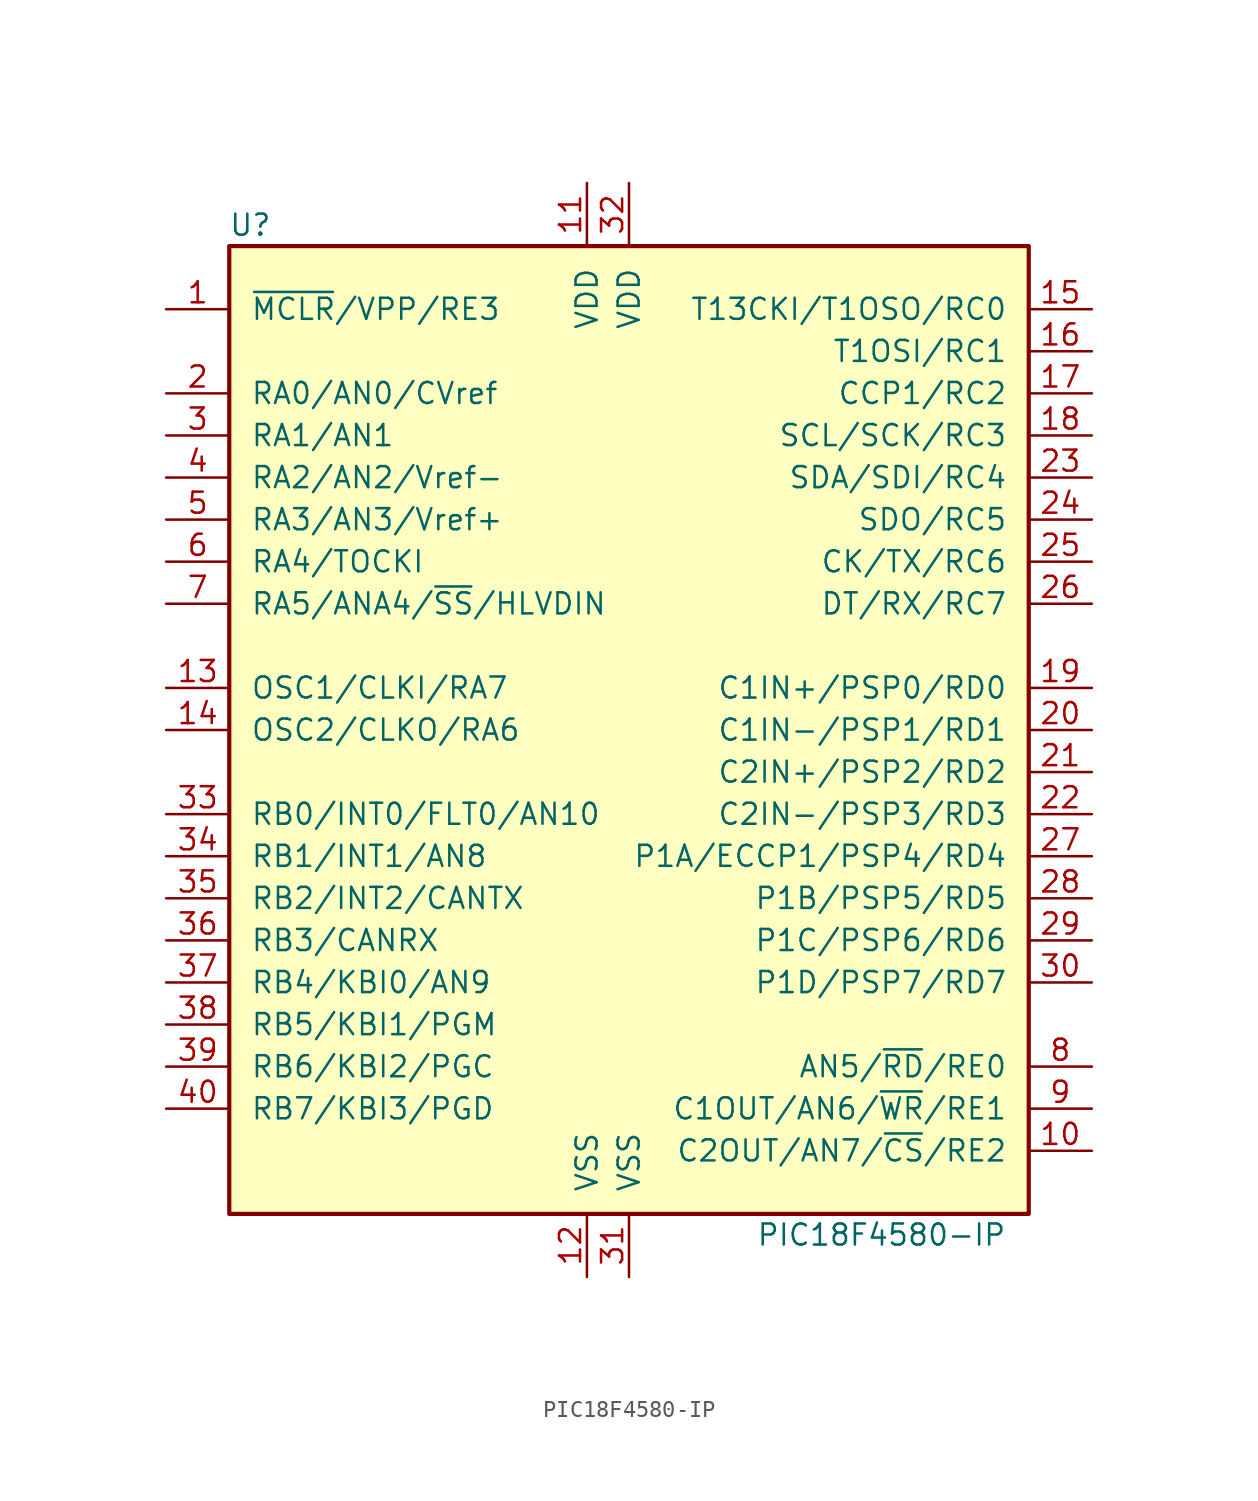
<source format=kicad_sym>
(kicad_symbol_lib
  (version 20241209)
  (generator "kicad_symbol_editor")
  (generator_version "9.0")
  (symbol "PIC18F4580-IP"
    (pin_names
      (offset 1.27))
    (property "Reference" "U"
      (at -22.86 30.48 0)
      (effects (font (size 1.27 1.27))))
    (property "Value" "PIC18F4580-IP"
      (at 15.24 -30.48 0)
      (effects (font (size 1.27 1.27))))
    (symbol "PIC18F4580-IP_0_1"
      (rectangle (start -24.13 -29.21) (end 24.13 29.21) (stroke (width 0.254) (type default)) (fill (type background))))
    (symbol "PIC18F4580-IP_1_1"
      (pin input line (at -27.94 25.4 0) (length 3.81) (name "~{MCLR}/VPP/RE3" (effects (font (size 1.27 1.27)))) (number "1" (effects (font (size 1.27 1.27)))))
      (pin bidirectional line (at -27.94 20.32 0) (length 3.81) (name "RA0/AN0/CVref" (effects (font (size 1.27 1.27)))) (number "2" (effects (font (size 1.27 1.27)))))
      (pin bidirectional line (at -27.94 17.78 0) (length 3.81) (name "RA1/AN1" (effects (font (size 1.27 1.27)))) (number "3" (effects (font (size 1.27 1.27)))))
      (pin bidirectional line (at -27.94 15.24 0) (length 3.81) (name "RA2/AN2/Vref-" (effects (font (size 1.27 1.27)))) (number "4" (effects (font (size 1.27 1.27)))))
      (pin bidirectional line (at -27.94 12.7 0) (length 3.81) (name "RA3/AN3/Vref+" (effects (font (size 1.27 1.27)))) (number "5" (effects (font (size 1.27 1.27)))))
      (pin bidirectional line (at -27.94 10.16 0) (length 3.81) (name "RA4/TOCKI" (effects (font (size 1.27 1.27)))) (number "6" (effects (font (size 1.27 1.27)))))
      (pin bidirectional line (at -27.94 7.62 0) (length 3.81) (name "RA5/ANA4/~{SS}/HLVDIN" (effects (font (size 1.27 1.27)))) (number "7" (effects (font (size 1.27 1.27)))))
      (pin input line (at -27.94 2.54 0) (length 3.81) (name "OSC1/CLKI/RA7" (effects (font (size 1.27 1.27)))) (number "13" (effects (font (size 1.27 1.27)))))
      (pin output line (at -27.94 0 0) (length 3.81) (name "OSC2/CLKO/RA6" (effects (font (size 1.27 1.27)))) (number "14" (effects (font (size 1.27 1.27)))))
      (pin bidirectional line (at -27.94 -5.08 0) (length 3.81) (name "RB0/INT0/FLT0/AN10" (effects (font (size 1.27 1.27)))) (number "33" (effects (font (size 1.27 1.27)))))
      (pin bidirectional line (at -27.94 -7.62 0) (length 3.81) (name "RB1/INT1/AN8" (effects (font (size 1.27 1.27)))) (number "34" (effects (font (size 1.27 1.27)))))
      (pin bidirectional line (at -27.94 -10.16 0) (length 3.81) (name "RB2/INT2/CANTX" (effects (font (size 1.27 1.27)))) (number "35" (effects (font (size 1.27 1.27)))))
      (pin bidirectional line (at -27.94 -12.7 0) (length 3.81) (name "RB3/CANRX" (effects (font (size 1.27 1.27)))) (number "36" (effects (font (size 1.27 1.27)))))
      (pin bidirectional line (at -27.94 -15.24 0) (length 3.81) (name "RB4/KBI0/AN9" (effects (font (size 1.27 1.27)))) (number "37" (effects (font (size 1.27 1.27)))))
      (pin bidirectional line (at -27.94 -17.78 0) (length 3.81) (name "RB5/KBI1/PGM" (effects (font (size 1.27 1.27)))) (number "38" (effects (font (size 1.27 1.27)))))
      (pin bidirectional line (at -27.94 -20.32 0) (length 3.81) (name "RB6/KBI2/PGC" (effects (font (size 1.27 1.27)))) (number "39" (effects (font (size 1.27 1.27)))))
      (pin bidirectional line (at -27.94 -22.86 0) (length 3.81) (name "RB7/KBI3/PGD" (effects (font (size 1.27 1.27)))) (number "40" (effects (font (size 1.27 1.27)))))
      (pin power_in line (at -2.54 33.02 270) (length 3.81) (name "VDD" (effects (font (size 1.27 1.27)))) (number "11" (effects (font (size 1.27 1.27)))))
      (pin power_in line (at -2.54 -33.02 90) (length 3.81) (name "VSS" (effects (font (size 1.27 1.27)))) (number "12" (effects (font (size 1.27 1.27)))))
      (pin power_in line (at 0 33.02 270) (length 3.81) (name "VDD" (effects (font (size 1.27 1.27)))) (number "32" (effects (font (size 1.27 1.27)))))
      (pin power_in line (at 0 -33.02 90) (length 3.81) (name "VSS" (effects (font (size 1.27 1.27)))) (number "31" (effects (font (size 1.27 1.27)))))
      (pin bidirectional line (at 27.94 25.4 180) (length 3.81) (name "T13CKI/T1OSO/RC0" (effects (font (size 1.27 1.27)))) (number "15" (effects (font (size 1.27 1.27)))))
      (pin bidirectional line (at 27.94 22.86 180) (length 3.81) (name "T1OSI/RC1" (effects (font (size 1.27 1.27)))) (number "16" (effects (font (size 1.27 1.27)))))
      (pin bidirectional line (at 27.94 20.32 180) (length 3.81) (name "CCP1/RC2" (effects (font (size 1.27 1.27)))) (number "17" (effects (font (size 1.27 1.27)))))
      (pin bidirectional line (at 27.94 17.78 180) (length 3.81) (name "SCL/SCK/RC3" (effects (font (size 1.27 1.27)))) (number "18" (effects (font (size 1.27 1.27)))))
      (pin bidirectional line (at 27.94 15.24 180) (length 3.81) (name "SDA/SDI/RC4" (effects (font (size 1.27 1.27)))) (number "23" (effects (font (size 1.27 1.27)))))
      (pin bidirectional line (at 27.94 12.7 180) (length 3.81) (name "SDO/RC5" (effects (font (size 1.27 1.27)))) (number "24" (effects (font (size 1.27 1.27)))))
      (pin bidirectional line (at 27.94 10.16 180) (length 3.81) (name "CK/TX/RC6" (effects (font (size 1.27 1.27)))) (number "25" (effects (font (size 1.27 1.27)))))
      (pin bidirectional line (at 27.94 7.62 180) (length 3.81) (name "DT/RX/RC7" (effects (font (size 1.27 1.27)))) (number "26" (effects (font (size 1.27 1.27)))))
      (pin bidirectional line (at 27.94 2.54 180) (length 3.81) (name "C1IN+/PSP0/RD0" (effects (font (size 1.27 1.27)))) (number "19" (effects (font (size 1.27 1.27)))))
      (pin bidirectional line (at 27.94 0 180) (length 3.81) (name "C1IN-/PSP1/RD1" (effects (font (size 1.27 1.27)))) (number "20" (effects (font (size 1.27 1.27)))))
      (pin bidirectional line (at 27.94 -2.54 180) (length 3.81) (name "C2IN+/PSP2/RD2" (effects (font (size 1.27 1.27)))) (number "21" (effects (font (size 1.27 1.27)))))
      (pin bidirectional line (at 27.94 -5.08 180) (length 3.81) (name "C2IN-/PSP3/RD3" (effects (font (size 1.27 1.27)))) (number "22" (effects (font (size 1.27 1.27)))))
      (pin bidirectional line (at 27.94 -7.62 180) (length 3.81) (name "P1A/ECCP1/PSP4/RD4" (effects (font (size 1.27 1.27)))) (number "27" (effects (font (size 1.27 1.27)))))
      (pin bidirectional line (at 27.94 -10.16 180) (length 3.81) (name "P1B/PSP5/RD5" (effects (font (size 1.27 1.27)))) (number "28" (effects (font (size 1.27 1.27)))))
      (pin bidirectional line (at 27.94 -12.7 180) (length 3.81) (name "P1C/PSP6/RD6" (effects (font (size 1.27 1.27)))) (number "29" (effects (font (size 1.27 1.27)))))
      (pin bidirectional line (at 27.94 -15.24 180) (length 3.81) (name "P1D/PSP7/RD7" (effects (font (size 1.27 1.27)))) (number "30" (effects (font (size 1.27 1.27)))))
      (pin bidirectional line (at 27.94 -20.32 180) (length 3.81) (name "AN5/~{RD}/RE0" (effects (font (size 1.27 1.27)))) (number "8" (effects (font (size 1.27 1.27)))))
      (pin bidirectional line (at 27.94 -22.86 180) (length 3.81) (name "C1OUT/AN6/~{WR}/RE1" (effects (font (size 1.27 1.27)))) (number "9" (effects (font (size 1.27 1.27)))))
      (pin bidirectional line (at 27.94 -25.4 180) (length 3.81) (name "C2OUT/AN7/~{CS}/RE2" (effects (font (size 1.27 1.27)))) (number "10" (effects (font (size 1.27 1.27))))))))
</source>
